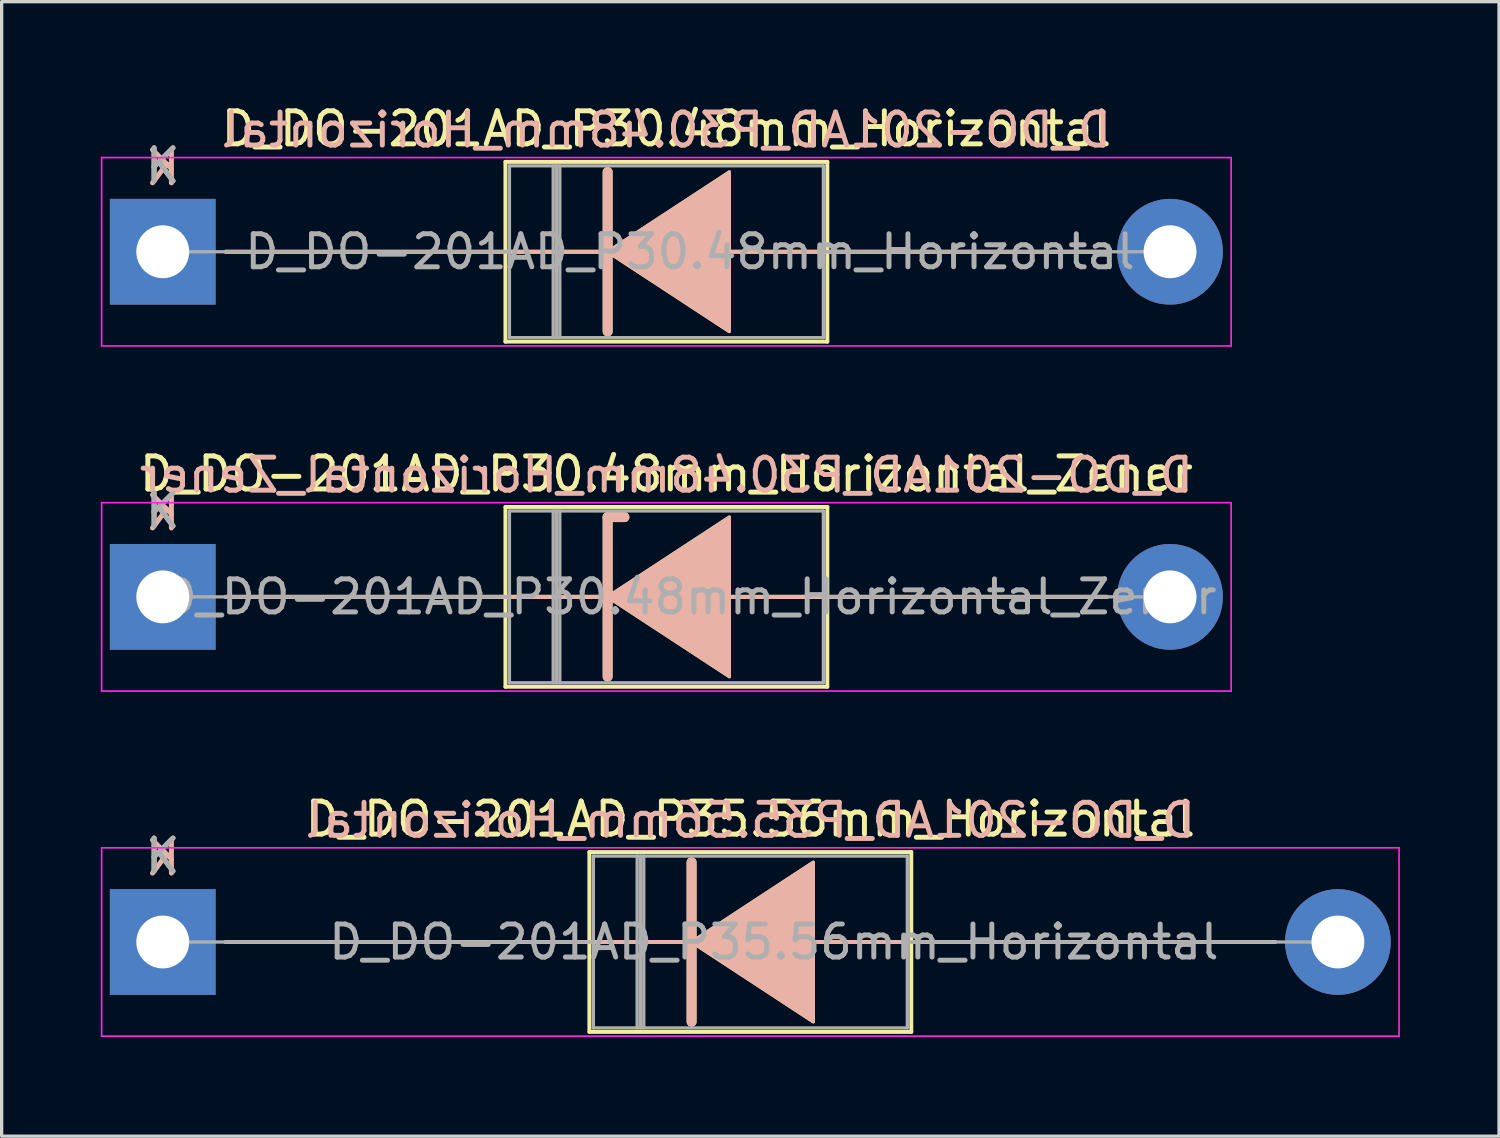
<source format=kicad_pcb>
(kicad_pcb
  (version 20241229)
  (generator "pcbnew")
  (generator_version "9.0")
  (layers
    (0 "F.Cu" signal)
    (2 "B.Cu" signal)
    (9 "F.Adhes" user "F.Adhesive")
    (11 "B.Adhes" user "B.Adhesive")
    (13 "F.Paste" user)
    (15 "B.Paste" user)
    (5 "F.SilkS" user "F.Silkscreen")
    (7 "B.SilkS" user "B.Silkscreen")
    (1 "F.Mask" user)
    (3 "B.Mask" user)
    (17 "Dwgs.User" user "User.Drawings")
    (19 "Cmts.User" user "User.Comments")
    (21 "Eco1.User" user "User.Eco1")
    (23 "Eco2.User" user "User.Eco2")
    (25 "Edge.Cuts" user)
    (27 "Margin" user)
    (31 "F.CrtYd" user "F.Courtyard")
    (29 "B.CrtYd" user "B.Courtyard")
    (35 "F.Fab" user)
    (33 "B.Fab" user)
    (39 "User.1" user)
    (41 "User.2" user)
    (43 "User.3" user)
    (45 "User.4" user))
  (footprint "D_DO-201AD_P30.48mm_Horizontal_Zener"
    (layer "F.Cu")
    (at 1.875 15.011)
    (property "Reference" "D_DO-201AD_P30.48mm_Horizontal_Zener" (at 15.24 -3.72 0) (layer "F.SilkS") (effects (font (size 1 1) (thickness 0.15))))
    (fp_line (start 1.905 0) (end 10.37 0) (stroke (width 0.12) (type solid)) (layer "F.SilkS"))
    (fp_line (start 10.37 -2.72) (end 10.37 2.72) (stroke (width 0.12) (type solid)) (layer "F.SilkS"))
    (fp_line (start 10.37 2.72) (end 20.11 2.72) (stroke (width 0.12) (type solid)) (layer "F.SilkS"))
    (fp_line (start 13.335 0) (end 10.37 0) (stroke (width 0.12) (type solid)) (layer "F.SilkS"))
    (fp_line (start 13.462 -2.413) (end 13.462 2.413) (stroke (width 0.3) (type solid)) (layer "F.SilkS"))
    (fp_line (start 13.462 -2.413) (end 13.97 -2.413) (stroke (width 0.3) (type solid)) (layer "F.SilkS"))
    (fp_line (start 17.145 0) (end 20.11 0) (stroke (width 0.12) (type solid)) (layer "F.SilkS"))
    (fp_line (start 20.11 -2.72) (end 10.37 -2.72) (stroke (width 0.12) (type solid)) (layer "F.SilkS"))
    (fp_line (start 20.11 2.72) (end 20.11 -2.72) (stroke (width 0.12) (type solid)) (layer "F.SilkS"))
    (fp_line (start 28.575 0) (end 20.11 0) (stroke (width 0.12) (type solid)) (layer "F.SilkS"))
    (fp_poly (pts (xy 17.145 2.413) (xy 13.462 0) (xy 17.145 -2.413)) (stroke (width 0.1) (type solid)) (fill yes) (layer "F.SilkS"))
    (fp_line (start 1.905 0) (end 10.37 0) (stroke (width 0.12) (type solid)) (layer "B.SilkS"))
    (fp_line (start 13.335 0) (end 10.37 0) (stroke (width 0.12) (type solid)) (layer "B.SilkS"))
    (fp_line (start 13.462 -2.413) (end 13.97 -2.413) (stroke (width 0.3) (type solid)) (layer "B.SilkS"))
    (fp_line (start 13.462 2.413) (end 13.462 -2.413) (stroke (width 0.3) (type solid)) (layer "B.SilkS"))
    (fp_line (start 17.145 0) (end 20.11 0) (stroke (width 0.12) (type solid)) (layer "B.SilkS"))
    (fp_line (start 28.575 0) (end 20.11 0) (stroke (width 0.12) (type solid)) (layer "B.SilkS"))
    (fp_poly (pts (xy 17.145 -2.413) (xy 13.462 0) (xy 17.145 2.413)) (stroke (width 0.1) (type solid)) (fill yes) (layer "B.SilkS"))
    (fp_line (start -1.85 -2.85) (end -1.85 2.85) (stroke (width 0.05) (type solid)) (layer "F.CrtYd"))
    (fp_line (start -1.85 2.85) (end 32.33 2.85) (stroke (width 0.05) (type solid)) (layer "F.CrtYd"))
    (fp_line (start 32.33 -2.85) (end -1.85 -2.85) (stroke (width 0.05) (type solid)) (layer "F.CrtYd"))
    (fp_line (start 32.33 2.85) (end 32.33 -2.85) (stroke (width 0.05) (type solid)) (layer "F.CrtYd"))
    (fp_line (start 0 0) (end 10.49 0) (stroke (width 0.1) (type solid)) (layer "F.Fab"))
    (fp_line (start 10.49 -2.6) (end 10.49 2.6) (stroke (width 0.1) (type solid)) (layer "F.Fab"))
    (fp_line (start 10.49 2.6) (end 19.99 2.6) (stroke (width 0.1) (type solid)) (layer "F.Fab"))
    (fp_line (start 11.815 -2.6) (end 11.815 2.6) (stroke (width 0.1) (type solid)) (layer "F.Fab"))
    (fp_line (start 11.915 -2.6) (end 11.915 2.6) (stroke (width 0.1) (type solid)) (layer "F.Fab"))
    (fp_line (start 12.015 -2.6) (end 12.015 2.6) (stroke (width 0.1) (type solid)) (layer "F.Fab"))
    (fp_line (start 19.99 -2.6) (end 10.49 -2.6) (stroke (width 0.1) (type solid)) (layer "F.Fab"))
    (fp_line (start 19.99 2.6) (end 19.99 -2.6) (stroke (width 0.1) (type solid)) (layer "F.Fab"))
    (fp_line (start 30.48 0) (end 19.99 0) (stroke (width 0.1) (type solid)) (layer "F.Fab"))
    (fp_text user "K" (at 0 -2.6 0) (layer "F.SilkS") (effects (font (size 1 1) (thickness 0.15))))
    (fp_text user "${REFERENCE}" (at 15.24 -3.683 0) (layer "B.SilkS") (effects (font (size 1 1) (thickness 0.15)) (justify mirror)))
    (fp_text user "K" (at 0 -2.54 0) (layer "B.SilkS") (effects (font (size 1 1) (thickness 0.15)) (justify mirror)))
    (fp_text user "${REFERENCE}" (at 15.953 0 0) (layer "F.Fab") (effects (font (size 1 1) (thickness 0.15))))
    (fp_text user "K" (at 0 -2.6 0) (layer "F.Fab") (effects (font (size 1 1) (thickness 0.15))))
    (pad "1" thru_hole rect (at 0 0) (size 3.2 3.2) (drill 1.6) (layers "*.Cu" "*.Mask"))
    (pad "2" thru_hole oval (at 30.48 0) (size 3.2 3.2) (drill 1.6) (layers "*.Cu" "*.Mask")))
  (footprint "D_DO-201AD_P30.48mm_Horizontal"
    (layer "F.Cu")
    (at 1.875 4.568)
    (property "Reference" "D_DO-201AD_P30.48mm_Horizontal" (at 15.24 -3.72 0) (layer "F.SilkS") (effects (font (size 1 1) (thickness 0.15))))
    (fp_line (start 1.905 0) (end 10.37 0) (stroke (width 0.12) (type solid)) (layer "F.SilkS"))
    (fp_line (start 10.37 -2.72) (end 10.37 2.72) (stroke (width 0.12) (type solid)) (layer "F.SilkS"))
    (fp_line (start 10.37 2.72) (end 20.11 2.72) (stroke (width 0.12) (type solid)) (layer "F.SilkS"))
    (fp_line (start 13.335 0) (end 10.37 0) (stroke (width 0.12) (type solid)) (layer "F.SilkS"))
    (fp_line (start 13.462 -2.413) (end 13.462 2.413) (stroke (width 0.3) (type solid)) (layer "F.SilkS"))
    (fp_line (start 17.145 0) (end 20.11 0) (stroke (width 0.12) (type solid)) (layer "F.SilkS"))
    (fp_line (start 20.11 -2.72) (end 10.37 -2.72) (stroke (width 0.12) (type solid)) (layer "F.SilkS"))
    (fp_line (start 20.11 2.72) (end 20.11 -2.72) (stroke (width 0.12) (type solid)) (layer "F.SilkS"))
    (fp_line (start 28.575 0) (end 20.11 0) (stroke (width 0.12) (type solid)) (layer "F.SilkS"))
    (fp_poly (pts (xy 17.145 2.413) (xy 13.462 0) (xy 17.145 -2.413)) (stroke (width 0.1) (type solid)) (fill yes) (layer "F.SilkS"))
    (fp_line (start 1.905 0) (end 10.37 0) (stroke (width 0.12) (type solid)) (layer "B.SilkS"))
    (fp_line (start 13.335 0) (end 10.37 0) (stroke (width 0.12) (type solid)) (layer "B.SilkS"))
    (fp_line (start 13.462 2.413) (end 13.462 -2.413) (stroke (width 0.3) (type solid)) (layer "B.SilkS"))
    (fp_line (start 17.145 0) (end 20.11 0) (stroke (width 0.12) (type solid)) (layer "B.SilkS"))
    (fp_line (start 28.575 0) (end 20.11 0) (stroke (width 0.12) (type solid)) (layer "B.SilkS"))
    (fp_poly (pts (xy 17.145 -2.413) (xy 13.462 0) (xy 17.145 2.413)) (stroke (width 0.1) (type solid)) (fill yes) (layer "B.SilkS"))
    (fp_line (start -1.85 -2.85) (end -1.85 2.85) (stroke (width 0.05) (type solid)) (layer "F.CrtYd"))
    (fp_line (start -1.85 2.85) (end 32.33 2.85) (stroke (width 0.05) (type solid)) (layer "F.CrtYd"))
    (fp_line (start 32.33 -2.85) (end -1.85 -2.85) (stroke (width 0.05) (type solid)) (layer "F.CrtYd"))
    (fp_line (start 32.33 2.85) (end 32.33 -2.85) (stroke (width 0.05) (type solid)) (layer "F.CrtYd"))
    (fp_line (start 0 0) (end 10.49 0) (stroke (width 0.1) (type solid)) (layer "F.Fab"))
    (fp_line (start 10.49 -2.6) (end 10.49 2.6) (stroke (width 0.1) (type solid)) (layer "F.Fab"))
    (fp_line (start 10.49 2.6) (end 19.99 2.6) (stroke (width 0.1) (type solid)) (layer "F.Fab"))
    (fp_line (start 11.815 -2.6) (end 11.815 2.6) (stroke (width 0.1) (type solid)) (layer "F.Fab"))
    (fp_line (start 11.915 -2.6) (end 11.915 2.6) (stroke (width 0.1) (type solid)) (layer "F.Fab"))
    (fp_line (start 12.015 -2.6) (end 12.015 2.6) (stroke (width 0.1) (type solid)) (layer "F.Fab"))
    (fp_line (start 19.99 -2.6) (end 10.49 -2.6) (stroke (width 0.1) (type solid)) (layer "F.Fab"))
    (fp_line (start 19.99 2.6) (end 19.99 -2.6) (stroke (width 0.1) (type solid)) (layer "F.Fab"))
    (fp_line (start 30.48 0) (end 19.99 0) (stroke (width 0.1) (type solid)) (layer "F.Fab"))
    (fp_text user "K" (at 0 -2.6 0) (layer "F.SilkS") (effects (font (size 1 1) (thickness 0.15))))
    (fp_text user "${REFERENCE}" (at 15.24 -3.683 0) (layer "B.SilkS") (effects (font (size 1 1) (thickness 0.15)) (justify mirror)))
    (fp_text user "K" (at 0 -2.54 0) (layer "B.SilkS") (effects (font (size 1 1) (thickness 0.15)) (justify mirror)))
    (fp_text user "${REFERENCE}" (at 15.953 0 0) (layer "F.Fab") (effects (font (size 1 1) (thickness 0.15))))
    (fp_text user "K" (at 0 -2.6 0) (layer "F.Fab") (effects (font (size 1 1) (thickness 0.15))))
    (pad "1" thru_hole rect (at 0 0) (size 3.2 3.2) (drill 1.6) (layers "*.Cu" "*.Mask"))
    (pad "2" thru_hole oval (at 30.48 0) (size 3.2 3.2) (drill 1.6) (layers "*.Cu" "*.Mask")))
  (footprint "D_DO-201AD_P35.56mm_Horizontal"
    (layer "F.Cu")
    (at 1.875 25.455)
    (property "Reference" "D_DO-201AD_P35.56mm_Horizontal" (at 17.78 -3.72 0) (layer "F.SilkS") (effects (font (size 1 1) (thickness 0.15))))
    (fp_line (start 1.905 0) (end 12.91 0) (stroke (width 0.12) (type solid)) (layer "F.SilkS"))
    (fp_line (start 12.91 -2.72) (end 12.91 2.72) (stroke (width 0.12) (type solid)) (layer "F.SilkS"))
    (fp_line (start 12.91 2.72) (end 22.65 2.72) (stroke (width 0.12) (type solid)) (layer "F.SilkS"))
    (fp_line (start 15.875 0) (end 12.91 0) (stroke (width 0.12) (type solid)) (layer "F.SilkS"))
    (fp_line (start 16.002 -2.413) (end 16.002 2.413) (stroke (width 0.3) (type solid)) (layer "F.SilkS"))
    (fp_line (start 19.685 0) (end 22.65 0) (stroke (width 0.12) (type solid)) (layer "F.SilkS"))
    (fp_line (start 22.65 -2.72) (end 12.91 -2.72) (stroke (width 0.12) (type solid)) (layer "F.SilkS"))
    (fp_line (start 22.65 2.72) (end 22.65 -2.72) (stroke (width 0.12) (type solid)) (layer "F.SilkS"))
    (fp_line (start 33.655 0) (end 22.65 0) (stroke (width 0.12) (type solid)) (layer "F.SilkS"))
    (fp_poly (pts (xy 19.685 2.413) (xy 16.002 0) (xy 19.685 -2.413)) (stroke (width 0.1) (type solid)) (fill yes) (layer "F.SilkS"))
    (fp_line (start 1.905 0) (end 12.91 0) (stroke (width 0.12) (type solid)) (layer "B.SilkS"))
    (fp_line (start 15.875 0) (end 12.91 0) (stroke (width 0.12) (type solid)) (layer "B.SilkS"))
    (fp_line (start 16.002 2.413) (end 16.002 -2.413) (stroke (width 0.3) (type solid)) (layer "B.SilkS"))
    (fp_line (start 19.685 0) (end 22.65 0) (stroke (width 0.12) (type solid)) (layer "B.SilkS"))
    (fp_line (start 33.655 0) (end 22.65 0) (stroke (width 0.12) (type solid)) (layer "B.SilkS"))
    (fp_poly (pts (xy 19.685 -2.413) (xy 16.002 0) (xy 19.685 2.413)) (stroke (width 0.1) (type solid)) (fill yes) (layer "B.SilkS"))
    (fp_line (start -1.85 -2.85) (end -1.85 2.85) (stroke (width 0.05) (type solid)) (layer "F.CrtYd"))
    (fp_line (start -1.85 2.85) (end 37.41 2.85) (stroke (width 0.05) (type solid)) (layer "F.CrtYd"))
    (fp_line (start 37.41 -2.85) (end -1.85 -2.85) (stroke (width 0.05) (type solid)) (layer "F.CrtYd"))
    (fp_line (start 37.41 2.85) (end 37.41 -2.85) (stroke (width 0.05) (type solid)) (layer "F.CrtYd"))
    (fp_line (start 0 0) (end 13.03 0) (stroke (width 0.1) (type solid)) (layer "F.Fab"))
    (fp_line (start 13.03 -2.6) (end 13.03 2.6) (stroke (width 0.1) (type solid)) (layer "F.Fab"))
    (fp_line (start 13.03 2.6) (end 22.53 2.6) (stroke (width 0.1) (type solid)) (layer "F.Fab"))
    (fp_line (start 14.355 -2.6) (end 14.355 2.6) (stroke (width 0.1) (type solid)) (layer "F.Fab"))
    (fp_line (start 14.455 -2.6) (end 14.455 2.6) (stroke (width 0.1) (type solid)) (layer "F.Fab"))
    (fp_line (start 14.555 -2.6) (end 14.555 2.6) (stroke (width 0.1) (type solid)) (layer "F.Fab"))
    (fp_line (start 22.53 -2.6) (end 13.03 -2.6) (stroke (width 0.1) (type solid)) (layer "F.Fab"))
    (fp_line (start 22.53 2.6) (end 22.53 -2.6) (stroke (width 0.1) (type solid)) (layer "F.Fab"))
    (fp_line (start 35.56 0) (end 22.53 0) (stroke (width 0.1) (type solid)) (layer "F.Fab"))
    (fp_text user "K" (at 0 -2.6 0) (layer "F.SilkS") (effects (font (size 1 1) (thickness 0.15))))
    (fp_text user "${REFERENCE}" (at 17.78 -3.683 0) (layer "B.SilkS") (effects (font (size 1 1) (thickness 0.15)) (justify mirror)))
    (fp_text user "K" (at 0 -2.54 0) (layer "B.SilkS") (effects (font (size 1 1) (thickness 0.15)) (justify mirror)))
    (fp_text user "${REFERENCE}" (at 18.492 0 0) (layer "F.Fab") (effects (font (size 1 1) (thickness 0.15))))
    (fp_text user "K" (at 0 -2.6 0) (layer "F.Fab") (effects (font (size 1 1) (thickness 0.15))))
    (pad "1" thru_hole rect (at 0 0) (size 3.2 3.2) (drill 1.6) (layers "*.Cu" "*.Mask"))
    (pad "2" thru_hole oval (at 35.56 0) (size 3.2 3.2) (drill 1.6) (layers "*.Cu" "*.Mask")))
  (gr_rect
    (start -3 -3)
    (end 42.31 31.33)
    (stroke (width 0.1) (type default))
    (fill no)
    (layer "Edge.Cuts")))
</source>
